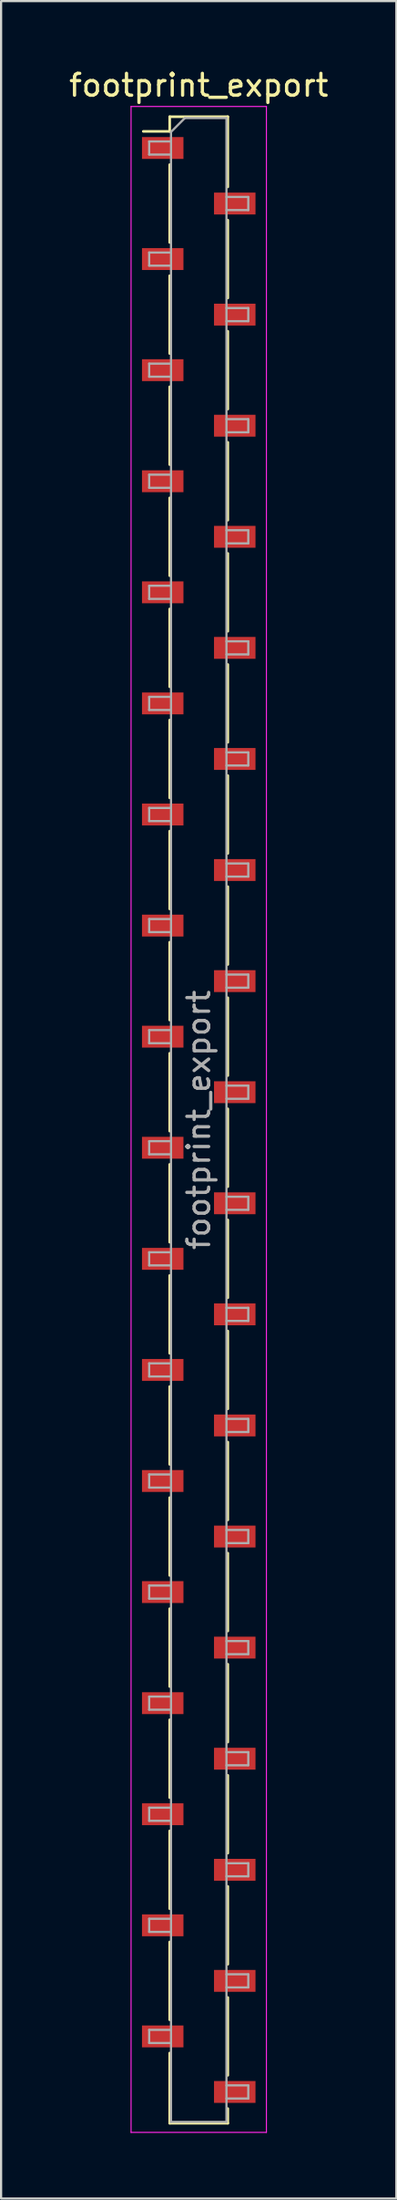
<source format=kicad_pcb>
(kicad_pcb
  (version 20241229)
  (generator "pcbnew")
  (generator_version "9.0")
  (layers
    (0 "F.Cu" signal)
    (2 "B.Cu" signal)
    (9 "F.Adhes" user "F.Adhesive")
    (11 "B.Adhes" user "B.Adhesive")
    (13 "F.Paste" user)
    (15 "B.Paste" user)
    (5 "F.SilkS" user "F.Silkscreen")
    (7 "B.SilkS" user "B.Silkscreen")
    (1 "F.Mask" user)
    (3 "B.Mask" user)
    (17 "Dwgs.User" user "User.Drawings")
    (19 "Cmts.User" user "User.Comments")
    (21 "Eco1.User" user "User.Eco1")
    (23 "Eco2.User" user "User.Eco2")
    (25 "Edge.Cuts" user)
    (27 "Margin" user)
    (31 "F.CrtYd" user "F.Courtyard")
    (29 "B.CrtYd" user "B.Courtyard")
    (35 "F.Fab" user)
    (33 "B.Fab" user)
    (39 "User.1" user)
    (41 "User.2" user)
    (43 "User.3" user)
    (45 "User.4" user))
  (footprint "footprint_export"
    (layer "F.Cu")
    (at 6.054 48.168)
    (property "Reference" "footprint_export" (at 0 -47.32 0) (layer "F.SilkS") (effects (font (size 1 1) (thickness 0.15))))
    (attr smd)
    (fp_line (start -2.54 -45.21) (end -1.33 -45.21) (stroke (width 0.12) (type solid)) (layer "F.SilkS"))
    (fp_line (start -1.33 -45.88) (end -1.33 -45.21) (stroke (width 0.12) (type solid)) (layer "F.SilkS"))
    (fp_line (start -1.33 -45.88) (end 1.33 -45.88) (stroke (width 0.12) (type solid)) (layer "F.SilkS"))
    (fp_line (start -1.33 -43.69) (end -1.33 -40.13) (stroke (width 0.12) (type solid)) (layer "F.SilkS"))
    (fp_line (start -1.33 -38.61) (end -1.33 -35.05) (stroke (width 0.12) (type solid)) (layer "F.SilkS"))
    (fp_line (start -1.33 -33.53) (end -1.33 -29.97) (stroke (width 0.12) (type solid)) (layer "F.SilkS"))
    (fp_line (start -1.33 -28.45) (end -1.33 -24.89) (stroke (width 0.12) (type solid)) (layer "F.SilkS"))
    (fp_line (start -1.33 -23.37) (end -1.33 -19.81) (stroke (width 0.12) (type solid)) (layer "F.SilkS"))
    (fp_line (start -1.33 -18.29) (end -1.33 -14.73) (stroke (width 0.12) (type solid)) (layer "F.SilkS"))
    (fp_line (start -1.33 -13.21) (end -1.33 -9.65) (stroke (width 0.12) (type solid)) (layer "F.SilkS"))
    (fp_line (start -1.33 -8.13) (end -1.33 -4.57) (stroke (width 0.12) (type solid)) (layer "F.SilkS"))
    (fp_line (start -1.33 -3.05) (end -1.33 0.51) (stroke (width 0.12) (type solid)) (layer "F.SilkS"))
    (fp_line (start -1.33 2.03) (end -1.33 5.59) (stroke (width 0.12) (type solid)) (layer "F.SilkS"))
    (fp_line (start -1.33 7.11) (end -1.33 10.67) (stroke (width 0.12) (type solid)) (layer "F.SilkS"))
    (fp_line (start -1.33 12.19) (end -1.33 15.75) (stroke (width 0.12) (type solid)) (layer "F.SilkS"))
    (fp_line (start -1.33 17.27) (end -1.33 20.83) (stroke (width 0.12) (type solid)) (layer "F.SilkS"))
    (fp_line (start -1.33 22.35) (end -1.33 25.91) (stroke (width 0.12) (type solid)) (layer "F.SilkS"))
    (fp_line (start -1.33 27.43) (end -1.33 30.99) (stroke (width 0.12) (type solid)) (layer "F.SilkS"))
    (fp_line (start -1.33 32.51) (end -1.33 36.07) (stroke (width 0.12) (type solid)) (layer "F.SilkS"))
    (fp_line (start -1.33 37.59) (end -1.33 41.15) (stroke (width 0.12) (type solid)) (layer "F.SilkS"))
    (fp_line (start -1.33 42.67) (end -1.33 45.88) (stroke (width 0.12) (type solid)) (layer "F.SilkS"))
    (fp_line (start -1.33 45.88) (end 1.33 45.88) (stroke (width 0.12) (type solid)) (layer "F.SilkS"))
    (fp_line (start 1.33 -45.88) (end 1.33 -42.67) (stroke (width 0.12) (type solid)) (layer "F.SilkS"))
    (fp_line (start 1.33 -41.15) (end 1.33 -37.59) (stroke (width 0.12) (type solid)) (layer "F.SilkS"))
    (fp_line (start 1.33 -36.07) (end 1.33 -32.51) (stroke (width 0.12) (type solid)) (layer "F.SilkS"))
    (fp_line (start 1.33 -30.99) (end 1.33 -27.43) (stroke (width 0.12) (type solid)) (layer "F.SilkS"))
    (fp_line (start 1.33 -25.91) (end 1.33 -22.35) (stroke (width 0.12) (type solid)) (layer "F.SilkS"))
    (fp_line (start 1.33 -20.83) (end 1.33 -17.27) (stroke (width 0.12) (type solid)) (layer "F.SilkS"))
    (fp_line (start 1.33 -15.75) (end 1.33 -12.19) (stroke (width 0.12) (type solid)) (layer "F.SilkS"))
    (fp_line (start 1.33 -10.67) (end 1.33 -7.11) (stroke (width 0.12) (type solid)) (layer "F.SilkS"))
    (fp_line (start 1.33 -5.59) (end 1.33 -2.03) (stroke (width 0.12) (type solid)) (layer "F.SilkS"))
    (fp_line (start 1.33 -0.51) (end 1.33 3.05) (stroke (width 0.12) (type solid)) (layer "F.SilkS"))
    (fp_line (start 1.33 4.57) (end 1.33 8.13) (stroke (width 0.12) (type solid)) (layer "F.SilkS"))
    (fp_line (start 1.33 9.65) (end 1.33 13.21) (stroke (width 0.12) (type solid)) (layer "F.SilkS"))
    (fp_line (start 1.33 14.73) (end 1.33 18.29) (stroke (width 0.12) (type solid)) (layer "F.SilkS"))
    (fp_line (start 1.33 19.81) (end 1.33 23.37) (stroke (width 0.12) (type solid)) (layer "F.SilkS"))
    (fp_line (start 1.33 24.89) (end 1.33 28.45) (stroke (width 0.12) (type solid)) (layer "F.SilkS"))
    (fp_line (start 1.33 29.97) (end 1.33 33.53) (stroke (width 0.12) (type solid)) (layer "F.SilkS"))
    (fp_line (start 1.33 35.05) (end 1.33 38.61) (stroke (width 0.12) (type solid)) (layer "F.SilkS"))
    (fp_line (start 1.33 40.13) (end 1.33 43.69) (stroke (width 0.12) (type solid)) (layer "F.SilkS"))
    (fp_line (start 1.33 45.21) (end 1.33 45.88) (stroke (width 0.12) (type solid)) (layer "F.SilkS"))
    (fp_line (start -3.1 -46.35) (end 3.1 -46.35) (stroke (width 0.05) (type solid)) (layer "F.CrtYd"))
    (fp_line (start -3.1 46.3) (end -3.1 -46.35) (stroke (width 0.05) (type solid)) (layer "F.CrtYd"))
    (fp_line (start 3.1 -46.35) (end 3.1 46.3) (stroke (width 0.05) (type solid)) (layer "F.CrtYd"))
    (fp_line (start 3.1 46.3) (end -3.1 46.3) (stroke (width 0.05) (type solid)) (layer "F.CrtYd"))
    (fp_line (start -2.27 -44.75) (end -1.27 -44.75) (stroke (width 0.1) (type solid)) (layer "F.Fab"))
    (fp_line (start -2.27 -44.15) (end -2.27 -44.75) (stroke (width 0.1) (type solid)) (layer "F.Fab"))
    (fp_line (start -2.27 -39.67) (end -1.27 -39.67) (stroke (width 0.1) (type solid)) (layer "F.Fab"))
    (fp_line (start -2.27 -39.07) (end -2.27 -39.67) (stroke (width 0.1) (type solid)) (layer "F.Fab"))
    (fp_line (start -2.27 -34.59) (end -1.27 -34.59) (stroke (width 0.1) (type solid)) (layer "F.Fab"))
    (fp_line (start -2.27 -33.99) (end -2.27 -34.59) (stroke (width 0.1) (type solid)) (layer "F.Fab"))
    (fp_line (start -2.27 -29.51) (end -1.27 -29.51) (stroke (width 0.1) (type solid)) (layer "F.Fab"))
    (fp_line (start -2.27 -28.91) (end -2.27 -29.51) (stroke (width 0.1) (type solid)) (layer "F.Fab"))
    (fp_line (start -2.27 -24.43) (end -1.27 -24.43) (stroke (width 0.1) (type solid)) (layer "F.Fab"))
    (fp_line (start -2.27 -23.83) (end -2.27 -24.43) (stroke (width 0.1) (type solid)) (layer "F.Fab"))
    (fp_line (start -2.27 -19.35) (end -1.27 -19.35) (stroke (width 0.1) (type solid)) (layer "F.Fab"))
    (fp_line (start -2.27 -18.75) (end -2.27 -19.35) (stroke (width 0.1) (type solid)) (layer "F.Fab"))
    (fp_line (start -2.27 -14.27) (end -1.27 -14.27) (stroke (width 0.1) (type solid)) (layer "F.Fab"))
    (fp_line (start -2.27 -13.67) (end -2.27 -14.27) (stroke (width 0.1) (type solid)) (layer "F.Fab"))
    (fp_line (start -2.27 -9.19) (end -1.27 -9.19) (stroke (width 0.1) (type solid)) (layer "F.Fab"))
    (fp_line (start -2.27 -8.59) (end -2.27 -9.19) (stroke (width 0.1) (type solid)) (layer "F.Fab"))
    (fp_line (start -2.27 -4.11) (end -1.27 -4.11) (stroke (width 0.1) (type solid)) (layer "F.Fab"))
    (fp_line (start -2.27 -3.51) (end -2.27 -4.11) (stroke (width 0.1) (type solid)) (layer "F.Fab"))
    (fp_line (start -2.27 0.97) (end -1.27 0.97) (stroke (width 0.1) (type solid)) (layer "F.Fab"))
    (fp_line (start -2.27 1.57) (end -2.27 0.97) (stroke (width 0.1) (type solid)) (layer "F.Fab"))
    (fp_line (start -2.27 6.05) (end -1.27 6.05) (stroke (width 0.1) (type solid)) (layer "F.Fab"))
    (fp_line (start -2.27 6.65) (end -2.27 6.05) (stroke (width 0.1) (type solid)) (layer "F.Fab"))
    (fp_line (start -2.27 11.13) (end -1.27 11.13) (stroke (width 0.1) (type solid)) (layer "F.Fab"))
    (fp_line (start -2.27 11.73) (end -2.27 11.13) (stroke (width 0.1) (type solid)) (layer "F.Fab"))
    (fp_line (start -2.27 16.21) (end -1.27 16.21) (stroke (width 0.1) (type solid)) (layer "F.Fab"))
    (fp_line (start -2.27 16.81) (end -2.27 16.21) (stroke (width 0.1) (type solid)) (layer "F.Fab"))
    (fp_line (start -2.27 21.29) (end -1.27 21.29) (stroke (width 0.1) (type solid)) (layer "F.Fab"))
    (fp_line (start -2.27 21.89) (end -2.27 21.29) (stroke (width 0.1) (type solid)) (layer "F.Fab"))
    (fp_line (start -2.27 26.37) (end -1.27 26.37) (stroke (width 0.1) (type solid)) (layer "F.Fab"))
    (fp_line (start -2.27 26.97) (end -2.27 26.37) (stroke (width 0.1) (type solid)) (layer "F.Fab"))
    (fp_line (start -2.27 31.45) (end -1.27 31.45) (stroke (width 0.1) (type solid)) (layer "F.Fab"))
    (fp_line (start -2.27 32.05) (end -2.27 31.45) (stroke (width 0.1) (type solid)) (layer "F.Fab"))
    (fp_line (start -2.27 36.53) (end -1.27 36.53) (stroke (width 0.1) (type solid)) (layer "F.Fab"))
    (fp_line (start -2.27 37.13) (end -2.27 36.53) (stroke (width 0.1) (type solid)) (layer "F.Fab"))
    (fp_line (start -2.27 41.61) (end -1.27 41.61) (stroke (width 0.1) (type solid)) (layer "F.Fab"))
    (fp_line (start -2.27 42.21) (end -2.27 41.61) (stroke (width 0.1) (type solid)) (layer "F.Fab"))
    (fp_line (start -1.27 -45.185) (end -0.635 -45.82) (stroke (width 0.1) (type solid)) (layer "F.Fab"))
    (fp_line (start -1.27 -44.15) (end -2.27 -44.15) (stroke (width 0.1) (type solid)) (layer "F.Fab"))
    (fp_line (start -1.27 -39.07) (end -2.27 -39.07) (stroke (width 0.1) (type solid)) (layer "F.Fab"))
    (fp_line (start -1.27 -33.99) (end -2.27 -33.99) (stroke (width 0.1) (type solid)) (layer "F.Fab"))
    (fp_line (start -1.27 -28.91) (end -2.27 -28.91) (stroke (width 0.1) (type solid)) (layer "F.Fab"))
    (fp_line (start -1.27 -23.83) (end -2.27 -23.83) (stroke (width 0.1) (type solid)) (layer "F.Fab"))
    (fp_line (start -1.27 -18.75) (end -2.27 -18.75) (stroke (width 0.1) (type solid)) (layer "F.Fab"))
    (fp_line (start -1.27 -13.67) (end -2.27 -13.67) (stroke (width 0.1) (type solid)) (layer "F.Fab"))
    (fp_line (start -1.27 -8.59) (end -2.27 -8.59) (stroke (width 0.1) (type solid)) (layer "F.Fab"))
    (fp_line (start -1.27 -3.51) (end -2.27 -3.51) (stroke (width 0.1) (type solid)) (layer "F.Fab"))
    (fp_line (start -1.27 1.57) (end -2.27 1.57) (stroke (width 0.1) (type solid)) (layer "F.Fab"))
    (fp_line (start -1.27 6.65) (end -2.27 6.65) (stroke (width 0.1) (type solid)) (layer "F.Fab"))
    (fp_line (start -1.27 11.73) (end -2.27 11.73) (stroke (width 0.1) (type solid)) (layer "F.Fab"))
    (fp_line (start -1.27 16.81) (end -2.27 16.81) (stroke (width 0.1) (type solid)) (layer "F.Fab"))
    (fp_line (start -1.27 21.89) (end -2.27 21.89) (stroke (width 0.1) (type solid)) (layer "F.Fab"))
    (fp_line (start -1.27 26.97) (end -2.27 26.97) (stroke (width 0.1) (type solid)) (layer "F.Fab"))
    (fp_line (start -1.27 32.05) (end -2.27 32.05) (stroke (width 0.1) (type solid)) (layer "F.Fab"))
    (fp_line (start -1.27 37.13) (end -2.27 37.13) (stroke (width 0.1) (type solid)) (layer "F.Fab"))
    (fp_line (start -1.27 42.21) (end -2.27 42.21) (stroke (width 0.1) (type solid)) (layer "F.Fab"))
    (fp_line (start -1.27 45.82) (end -1.27 -45.185) (stroke (width 0.1) (type solid)) (layer "F.Fab"))
    (fp_line (start -0.635 -45.82) (end 1.27 -45.82) (stroke (width 0.1) (type solid)) (layer "F.Fab"))
    (fp_line (start 1.27 -45.82) (end 1.27 45.82) (stroke (width 0.1) (type solid)) (layer "F.Fab"))
    (fp_line (start 1.27 -42.21) (end 2.27 -42.21) (stroke (width 0.1) (type solid)) (layer "F.Fab"))
    (fp_line (start 1.27 -37.13) (end 2.27 -37.13) (stroke (width 0.1) (type solid)) (layer "F.Fab"))
    (fp_line (start 1.27 -32.05) (end 2.27 -32.05) (stroke (width 0.1) (type solid)) (layer "F.Fab"))
    (fp_line (start 1.27 -26.97) (end 2.27 -26.97) (stroke (width 0.1) (type solid)) (layer "F.Fab"))
    (fp_line (start 1.27 -21.89) (end 2.27 -21.89) (stroke (width 0.1) (type solid)) (layer "F.Fab"))
    (fp_line (start 1.27 -16.81) (end 2.27 -16.81) (stroke (width 0.1) (type solid)) (layer "F.Fab"))
    (fp_line (start 1.27 -11.73) (end 2.27 -11.73) (stroke (width 0.1) (type solid)) (layer "F.Fab"))
    (fp_line (start 1.27 -6.65) (end 2.27 -6.65) (stroke (width 0.1) (type solid)) (layer "F.Fab"))
    (fp_line (start 1.27 -1.57) (end 2.27 -1.57) (stroke (width 0.1) (type solid)) (layer "F.Fab"))
    (fp_line (start 1.27 3.51) (end 2.27 3.51) (stroke (width 0.1) (type solid)) (layer "F.Fab"))
    (fp_line (start 1.27 8.59) (end 2.27 8.59) (stroke (width 0.1) (type solid)) (layer "F.Fab"))
    (fp_line (start 1.27 13.67) (end 2.27 13.67) (stroke (width 0.1) (type solid)) (layer "F.Fab"))
    (fp_line (start 1.27 18.75) (end 2.27 18.75) (stroke (width 0.1) (type solid)) (layer "F.Fab"))
    (fp_line (start 1.27 23.83) (end 2.27 23.83) (stroke (width 0.1) (type solid)) (layer "F.Fab"))
    (fp_line (start 1.27 28.91) (end 2.27 28.91) (stroke (width 0.1) (type solid)) (layer "F.Fab"))
    (fp_line (start 1.27 33.99) (end 2.27 33.99) (stroke (width 0.1) (type solid)) (layer "F.Fab"))
    (fp_line (start 1.27 39.07) (end 2.27 39.07) (stroke (width 0.1) (type solid)) (layer "F.Fab"))
    (fp_line (start 1.27 44.15) (end 2.27 44.15) (stroke (width 0.1) (type solid)) (layer "F.Fab"))
    (fp_line (start 1.27 45.82) (end -1.27 45.82) (stroke (width 0.1) (type solid)) (layer "F.Fab"))
    (fp_line (start 2.27 -42.21) (end 2.27 -41.61) (stroke (width 0.1) (type solid)) (layer "F.Fab"))
    (fp_line (start 2.27 -41.61) (end 1.27 -41.61) (stroke (width 0.1) (type solid)) (layer "F.Fab"))
    (fp_line (start 2.27 -37.13) (end 2.27 -36.53) (stroke (width 0.1) (type solid)) (layer "F.Fab"))
    (fp_line (start 2.27 -36.53) (end 1.27 -36.53) (stroke (width 0.1) (type solid)) (layer "F.Fab"))
    (fp_line (start 2.27 -32.05) (end 2.27 -31.45) (stroke (width 0.1) (type solid)) (layer "F.Fab"))
    (fp_line (start 2.27 -31.45) (end 1.27 -31.45) (stroke (width 0.1) (type solid)) (layer "F.Fab"))
    (fp_line (start 2.27 -26.97) (end 2.27 -26.37) (stroke (width 0.1) (type solid)) (layer "F.Fab"))
    (fp_line (start 2.27 -26.37) (end 1.27 -26.37) (stroke (width 0.1) (type solid)) (layer "F.Fab"))
    (fp_line (start 2.27 -21.89) (end 2.27 -21.29) (stroke (width 0.1) (type solid)) (layer "F.Fab"))
    (fp_line (start 2.27 -21.29) (end 1.27 -21.29) (stroke (width 0.1) (type solid)) (layer "F.Fab"))
    (fp_line (start 2.27 -16.81) (end 2.27 -16.21) (stroke (width 0.1) (type solid)) (layer "F.Fab"))
    (fp_line (start 2.27 -16.21) (end 1.27 -16.21) (stroke (width 0.1) (type solid)) (layer "F.Fab"))
    (fp_line (start 2.27 -11.73) (end 2.27 -11.13) (stroke (width 0.1) (type solid)) (layer "F.Fab"))
    (fp_line (start 2.27 -11.13) (end 1.27 -11.13) (stroke (width 0.1) (type solid)) (layer "F.Fab"))
    (fp_line (start 2.27 -6.65) (end 2.27 -6.05) (stroke (width 0.1) (type solid)) (layer "F.Fab"))
    (fp_line (start 2.27 -6.05) (end 1.27 -6.05) (stroke (width 0.1) (type solid)) (layer "F.Fab"))
    (fp_line (start 2.27 -1.57) (end 2.27 -0.97) (stroke (width 0.1) (type solid)) (layer "F.Fab"))
    (fp_line (start 2.27 -0.97) (end 1.27 -0.97) (stroke (width 0.1) (type solid)) (layer "F.Fab"))
    (fp_line (start 2.27 3.51) (end 2.27 4.11) (stroke (width 0.1) (type solid)) (layer "F.Fab"))
    (fp_line (start 2.27 4.11) (end 1.27 4.11) (stroke (width 0.1) (type solid)) (layer "F.Fab"))
    (fp_line (start 2.27 8.59) (end 2.27 9.19) (stroke (width 0.1) (type solid)) (layer "F.Fab"))
    (fp_line (start 2.27 9.19) (end 1.27 9.19) (stroke (width 0.1) (type solid)) (layer "F.Fab"))
    (fp_line (start 2.27 13.67) (end 2.27 14.27) (stroke (width 0.1) (type solid)) (layer "F.Fab"))
    (fp_line (start 2.27 14.27) (end 1.27 14.27) (stroke (width 0.1) (type solid)) (layer "F.Fab"))
    (fp_line (start 2.27 18.75) (end 2.27 19.35) (stroke (width 0.1) (type solid)) (layer "F.Fab"))
    (fp_line (start 2.27 19.35) (end 1.27 19.35) (stroke (width 0.1) (type solid)) (layer "F.Fab"))
    (fp_line (start 2.27 23.83) (end 2.27 24.43) (stroke (width 0.1) (type solid)) (layer "F.Fab"))
    (fp_line (start 2.27 24.43) (end 1.27 24.43) (stroke (width 0.1) (type solid)) (layer "F.Fab"))
    (fp_line (start 2.27 28.91) (end 2.27 29.51) (stroke (width 0.1) (type solid)) (layer "F.Fab"))
    (fp_line (start 2.27 29.51) (end 1.27 29.51) (stroke (width 0.1) (type solid)) (layer "F.Fab"))
    (fp_line (start 2.27 33.99) (end 2.27 34.59) (stroke (width 0.1) (type solid)) (layer "F.Fab"))
    (fp_line (start 2.27 34.59) (end 1.27 34.59) (stroke (width 0.1) (type solid)) (layer "F.Fab"))
    (fp_line (start 2.27 39.07) (end 2.27 39.67) (stroke (width 0.1) (type solid)) (layer "F.Fab"))
    (fp_line (start 2.27 39.67) (end 1.27 39.67) (stroke (width 0.1) (type solid)) (layer "F.Fab"))
    (fp_line (start 2.27 44.15) (end 2.27 44.75) (stroke (width 0.1) (type solid)) (layer "F.Fab"))
    (fp_line (start 2.27 44.75) (end 1.27 44.75) (stroke (width 0.1) (type solid)) (layer "F.Fab"))
    (fp_text user "${REFERENCE}" (at 0 0 90) (layer "F.Fab") (effects (font (size 1 1) (thickness 0.15))))
    (pad "1" smd rect (at -1.65 -44.45) (size 1.9 1) (layers "F.Cu" "F.Mask" "F.Paste"))
    (pad "2" smd rect (at 1.65 -41.91) (size 1.9 1) (layers "F.Cu" "F.Mask" "F.Paste"))
    (pad "3" smd rect (at -1.65 -39.37) (size 1.9 1) (layers "F.Cu" "F.Mask" "F.Paste"))
    (pad "4" smd rect (at 1.65 -36.83) (size 1.9 1) (layers "F.Cu" "F.Mask" "F.Paste"))
    (pad "5" smd rect (at -1.65 -34.29) (size 1.9 1) (layers "F.Cu" "F.Mask" "F.Paste"))
    (pad "6" smd rect (at 1.65 -31.75) (size 1.9 1) (layers "F.Cu" "F.Mask" "F.Paste"))
    (pad "7" smd rect (at -1.65 -29.21) (size 1.9 1) (layers "F.Cu" "F.Mask" "F.Paste"))
    (pad "8" smd rect (at 1.65 -26.67) (size 1.9 1) (layers "F.Cu" "F.Mask" "F.Paste"))
    (pad "9" smd rect (at -1.65 -24.13) (size 1.9 1) (layers "F.Cu" "F.Mask" "F.Paste"))
    (pad "10" smd rect (at 1.65 -21.59) (size 1.9 1) (layers "F.Cu" "F.Mask" "F.Paste"))
    (pad "11" smd rect (at -1.65 -19.05) (size 1.9 1) (layers "F.Cu" "F.Mask" "F.Paste"))
    (pad "12" smd rect (at 1.65 -16.51) (size 1.9 1) (layers "F.Cu" "F.Mask" "F.Paste"))
    (pad "13" smd rect (at -1.65 -13.97) (size 1.9 1) (layers "F.Cu" "F.Mask" "F.Paste"))
    (pad "14" smd rect (at 1.65 -11.43) (size 1.9 1) (layers "F.Cu" "F.Mask" "F.Paste"))
    (pad "15" smd rect (at -1.65 -8.89) (size 1.9 1) (layers "F.Cu" "F.Mask" "F.Paste"))
    (pad "16" smd rect (at 1.65 -6.35) (size 1.9 1) (layers "F.Cu" "F.Mask" "F.Paste"))
    (pad "17" smd rect (at -1.65 -3.81) (size 1.9 1) (layers "F.Cu" "F.Mask" "F.Paste"))
    (pad "18" smd rect (at 1.65 -1.27) (size 1.9 1) (layers "F.Cu" "F.Mask" "F.Paste"))
    (pad "19" smd rect (at -1.65 1.27) (size 1.9 1) (layers "F.Cu" "F.Mask" "F.Paste"))
    (pad "20" smd rect (at 1.65 3.81) (size 1.9 1) (layers "F.Cu" "F.Mask" "F.Paste"))
    (pad "21" smd rect (at -1.65 6.35) (size 1.9 1) (layers "F.Cu" "F.Mask" "F.Paste"))
    (pad "22" smd rect (at 1.65 8.89) (size 1.9 1) (layers "F.Cu" "F.Mask" "F.Paste"))
    (pad "23" smd rect (at -1.65 11.43) (size 1.9 1) (layers "F.Cu" "F.Mask" "F.Paste"))
    (pad "24" smd rect (at 1.65 13.97) (size 1.9 1) (layers "F.Cu" "F.Mask" "F.Paste"))
    (pad "25" smd rect (at -1.65 16.51) (size 1.9 1) (layers "F.Cu" "F.Mask" "F.Paste"))
    (pad "26" smd rect (at 1.65 19.05) (size 1.9 1) (layers "F.Cu" "F.Mask" "F.Paste"))
    (pad "27" smd rect (at -1.65 21.59) (size 1.9 1) (layers "F.Cu" "F.Mask" "F.Paste"))
    (pad "28" smd rect (at 1.65 24.13) (size 1.9 1) (layers "F.Cu" "F.Mask" "F.Paste"))
    (pad "29" smd rect (at -1.65 26.67) (size 1.9 1) (layers "F.Cu" "F.Mask" "F.Paste"))
    (pad "30" smd rect (at 1.65 29.21) (size 1.9 1) (layers "F.Cu" "F.Mask" "F.Paste"))
    (pad "31" smd rect (at -1.65 31.75) (size 1.9 1) (layers "F.Cu" "F.Mask" "F.Paste"))
    (pad "32" smd rect (at 1.65 34.29) (size 1.9 1) (layers "F.Cu" "F.Mask" "F.Paste"))
    (pad "33" smd rect (at -1.65 36.83) (size 1.9 1) (layers "F.Cu" "F.Mask" "F.Paste"))
    (pad "34" smd rect (at 1.65 39.37) (size 1.9 1) (layers "F.Cu" "F.Mask" "F.Paste"))
    (pad "35" smd rect (at -1.65 41.91) (size 1.9 1) (layers "F.Cu" "F.Mask" "F.Paste"))
    (pad "36" smd rect (at 1.65 44.45) (size 1.9 1) (layers "F.Cu" "F.Mask" "F.Paste")))
  (gr_rect
    (start -3 -3)
    (end 15.107 97.493)
    (stroke (width 0.1) (type default))
    (fill no)
    (layer "Edge.Cuts")))
</source>
